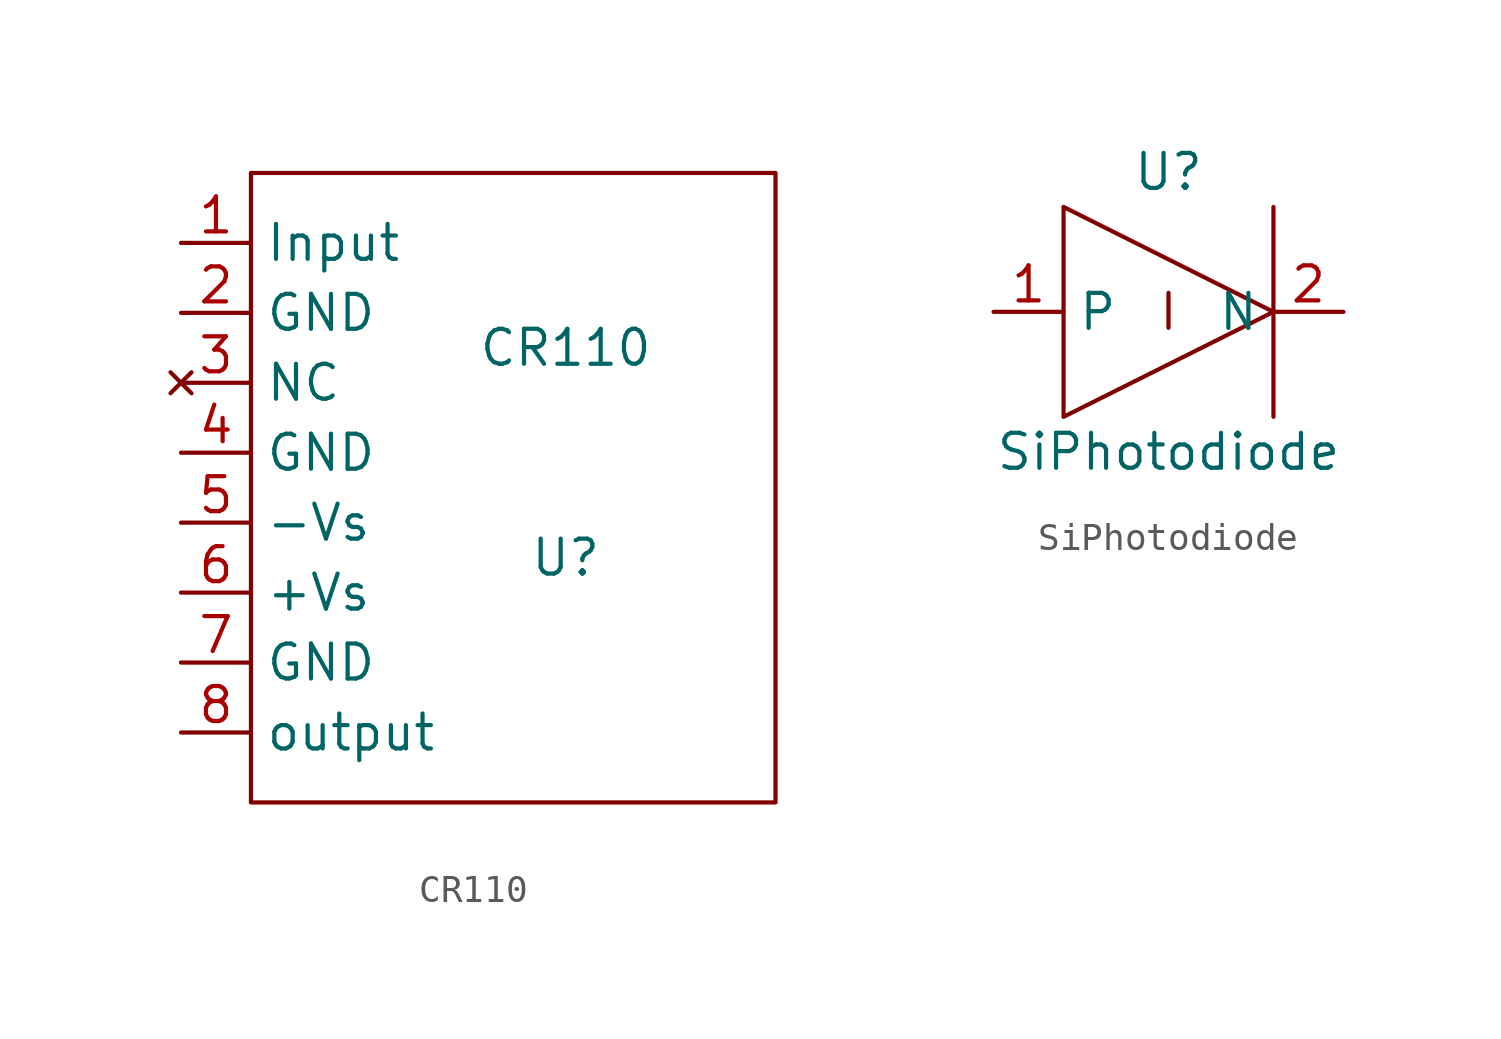
<source format=kicad_sym>
(kicad_symbol_lib
  (version 20211014)
  (generator kicad_symbol_editor)
  (symbol "CR110"
    (property "Reference" "U"
      (at 10.16 -2.54 0)
      (effects (font (size 1.27 1.27))))
    (property "Value" "CR110"
      (at 10.16 5.08 0)
      (effects (font (size 1.27 1.27))))
    (symbol "CR110_0_1"
      (rectangle (start -1.27 11.43) (end 17.78 -11.43) (stroke (width 0) (type default) (color 0 0 0 0)) (fill (type none))))
    (symbol "CR110_1_1"
      (pin input line (at -3.81 8.89 0) (length 2.54) (name "Input" (effects (font (size 1.27 1.27)))) (number "1" (effects (font (size 1.27 1.27)))))
      (pin input line (at -3.81 6.35 0) (length 2.54) (name "GND" (effects (font (size 1.27 1.27)))) (number "2" (effects (font (size 1.27 1.27)))))
      (pin no_connect line (at -3.81 3.81 0) (length 2.54) (name "NC" (effects (font (size 1.27 1.27)))) (number "3" (effects (font (size 1.27 1.27)))))
      (pin input line (at -3.81 1.27 0) (length 2.54) (name "GND" (effects (font (size 1.27 1.27)))) (number "4" (effects (font (size 1.27 1.27)))))
      (pin input line (at -3.81 -1.27 0) (length 2.54) (name "-Vs" (effects (font (size 1.27 1.27)))) (number "5" (effects (font (size 1.27 1.27)))))
      (pin input line (at -3.81 -3.81 0) (length 2.54) (name "+Vs" (effects (font (size 1.27 1.27)))) (number "6" (effects (font (size 1.27 1.27)))))
      (pin input line (at -3.81 -6.35 0) (length 2.54) (name "GND" (effects (font (size 1.27 1.27)))) (number "7" (effects (font (size 1.27 1.27)))))
      (pin input line (at -3.81 -8.89 0) (length 2.54) (name "output" (effects (font (size 1.27 1.27)))) (number "8" (effects (font (size 1.27 1.27)))))))
  (symbol "SiPhotodiode"
    (property "Reference" "U"
      (at 0 5.08 0)
      (effects (font (size 1.27 1.27))))
    (property "Value" "SiPhotodiode"
      (at 0 -5.08 0)
      (effects (font (size 1.27 1.27))))
    (symbol "SiPhotodiode_0_0"
      (polyline (pts (xy 3.81 3.81) (xy 3.81 -3.81)) (stroke (width 0) (type default) (color 0 0 0 0)) (fill (type none)))
      (polyline (pts (xy -3.81 3.81) (xy -3.81 -3.81) (xy 3.81 0) (xy -3.81 3.81)) (stroke (width 0) (type default) (color 0 0 0 0)) (fill (type none)))
      (text "I" (at 0 0 0) (effects (font (size 1.27 1.27)))))
    (symbol "SiPhotodiode_1_1"
      (pin input line (at -6.35 0 0) (length 2.54) (name "P" (effects (font (size 1.27 1.27)))) (number "1" (effects (font (size 1.27 1.27)))))
      (pin output line (at 6.35 0 180) (length 2.54) (name "N" (effects (font (size 1.27 1.27)))) (number "2" (effects (font (size 1.27 1.27))))))))
</source>
